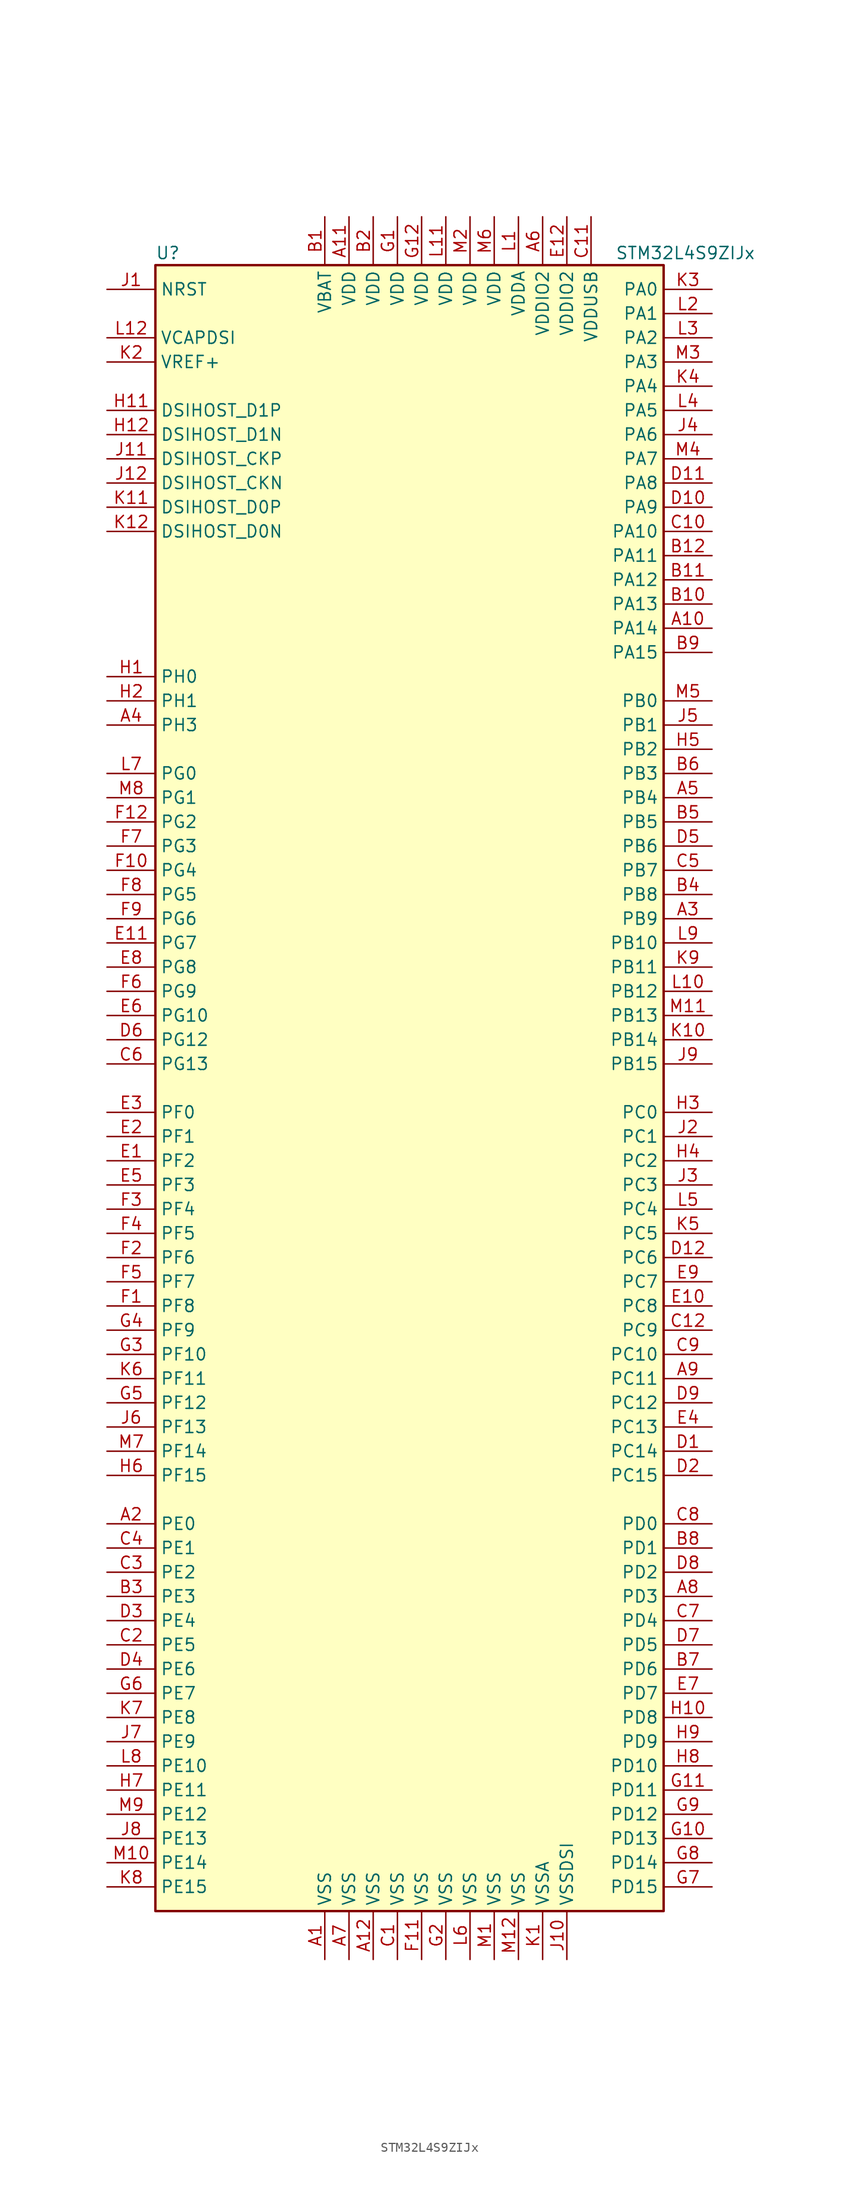
<source format=kicad_sym>
(kicad_symbol_lib
  (version 20220914)
  (generator kicad_symbol_editor)
  (symbol "STM32L4S9ZIJx"
    (property "Reference" "U"
      (at -27.94 87.63 0)
      (effects (font (size 1.27 1.27)) (justify left)))
    (property "Value" "STM32L4S9ZIJx"
      (at 20.32 87.63 0)
      (effects (font (size 1.27 1.27)) (justify left)))
    (symbol "STM32L4S9ZIJx_0_1"
      (rectangle (start -27.94 -86.36) (end 25.4 86.36) (stroke (width 0.254) (type default)) (fill (type background))))
    (symbol "STM32L4S9ZIJx_1_1"
      (pin power_in line (at -10.16 -91.44 90) (length 5.08) (name "VSS" (effects (font (size 1.27 1.27)))) (number "A1" (effects (font (size 1.27 1.27)))))
      (pin bidirectional line (at 30.48 48.26 180) (length 5.08) (name "PA14" (effects (font (size 1.27 1.27)))) (number "A10" (effects (font (size 1.27 1.27)))))
      (pin power_in line (at -7.62 91.44 270) (length 5.08) (name "VDD" (effects (font (size 1.27 1.27)))) (number "A11" (effects (font (size 1.27 1.27)))))
      (pin power_in line (at -5.08 -91.44 90) (length 5.08) (name "VSS" (effects (font (size 1.27 1.27)))) (number "A12" (effects (font (size 1.27 1.27)))))
      (pin bidirectional line (at -33.02 -45.72 0) (length 5.08) (name "PE0" (effects (font (size 1.27 1.27)))) (number "A2" (effects (font (size 1.27 1.27)))))
      (pin bidirectional line (at 30.48 17.78 180) (length 5.08) (name "PB9" (effects (font (size 1.27 1.27)))) (number "A3" (effects (font (size 1.27 1.27)))))
      (pin bidirectional line (at -33.02 38.1 0) (length 5.08) (name "PH3" (effects (font (size 1.27 1.27)))) (number "A4" (effects (font (size 1.27 1.27)))))
      (pin bidirectional line (at 30.48 30.48 180) (length 5.08) (name "PB4" (effects (font (size 1.27 1.27)))) (number "A5" (effects (font (size 1.27 1.27)))))
      (pin power_in line (at 12.7 91.44 270) (length 5.08) (name "VDDIO2" (effects (font (size 1.27 1.27)))) (number "A6" (effects (font (size 1.27 1.27)))))
      (pin power_in line (at -7.62 -91.44 90) (length 5.08) (name "VSS" (effects (font (size 1.27 1.27)))) (number "A7" (effects (font (size 1.27 1.27)))))
      (pin bidirectional line (at 30.48 -53.34 180) (length 5.08) (name "PD3" (effects (font (size 1.27 1.27)))) (number "A8" (effects (font (size 1.27 1.27)))))
      (pin bidirectional line (at 30.48 -30.48 180) (length 5.08) (name "PC11" (effects (font (size 1.27 1.27)))) (number "A9" (effects (font (size 1.27 1.27)))))
      (pin power_in line (at -10.16 91.44 270) (length 5.08) (name "VBAT" (effects (font (size 1.27 1.27)))) (number "B1" (effects (font (size 1.27 1.27)))))
      (pin bidirectional line (at 30.48 50.8 180) (length 5.08) (name "PA13" (effects (font (size 1.27 1.27)))) (number "B10" (effects (font (size 1.27 1.27)))))
      (pin bidirectional line (at 30.48 53.34 180) (length 5.08) (name "PA12" (effects (font (size 1.27 1.27)))) (number "B11" (effects (font (size 1.27 1.27)))))
      (pin bidirectional line (at 30.48 55.88 180) (length 5.08) (name "PA11" (effects (font (size 1.27 1.27)))) (number "B12" (effects (font (size 1.27 1.27)))))
      (pin power_in line (at -5.08 91.44 270) (length 5.08) (name "VDD" (effects (font (size 1.27 1.27)))) (number "B2" (effects (font (size 1.27 1.27)))))
      (pin bidirectional line (at -33.02 -53.34 0) (length 5.08) (name "PE3" (effects (font (size 1.27 1.27)))) (number "B3" (effects (font (size 1.27 1.27)))))
      (pin bidirectional line (at 30.48 20.32 180) (length 5.08) (name "PB8" (effects (font (size 1.27 1.27)))) (number "B4" (effects (font (size 1.27 1.27)))))
      (pin bidirectional line (at 30.48 27.94 180) (length 5.08) (name "PB5" (effects (font (size 1.27 1.27)))) (number "B5" (effects (font (size 1.27 1.27)))))
      (pin bidirectional line (at 30.48 33.02 180) (length 5.08) (name "PB3" (effects (font (size 1.27 1.27)))) (number "B6" (effects (font (size 1.27 1.27)))))
      (pin bidirectional line (at 30.48 -60.96 180) (length 5.08) (name "PD6" (effects (font (size 1.27 1.27)))) (number "B7" (effects (font (size 1.27 1.27)))))
      (pin bidirectional line (at 30.48 -48.26 180) (length 5.08) (name "PD1" (effects (font (size 1.27 1.27)))) (number "B8" (effects (font (size 1.27 1.27)))))
      (pin bidirectional line (at 30.48 45.72 180) (length 5.08) (name "PA15" (effects (font (size 1.27 1.27)))) (number "B9" (effects (font (size 1.27 1.27)))))
      (pin power_in line (at -2.54 -91.44 90) (length 5.08) (name "VSS" (effects (font (size 1.27 1.27)))) (number "C1" (effects (font (size 1.27 1.27)))))
      (pin bidirectional line (at 30.48 58.42 180) (length 5.08) (name "PA10" (effects (font (size 1.27 1.27)))) (number "C10" (effects (font (size 1.27 1.27)))))
      (pin power_in line (at 17.78 91.44 270) (length 5.08) (name "VDDUSB" (effects (font (size 1.27 1.27)))) (number "C11" (effects (font (size 1.27 1.27)))))
      (pin bidirectional line (at 30.48 -25.4 180) (length 5.08) (name "PC9" (effects (font (size 1.27 1.27)))) (number "C12" (effects (font (size 1.27 1.27)))))
      (pin bidirectional line (at -33.02 -58.42 0) (length 5.08) (name "PE5" (effects (font (size 1.27 1.27)))) (number "C2" (effects (font (size 1.27 1.27)))))
      (pin bidirectional line (at -33.02 -50.8 0) (length 5.08) (name "PE2" (effects (font (size 1.27 1.27)))) (number "C3" (effects (font (size 1.27 1.27)))))
      (pin bidirectional line (at -33.02 -48.26 0) (length 5.08) (name "PE1" (effects (font (size 1.27 1.27)))) (number "C4" (effects (font (size 1.27 1.27)))))
      (pin bidirectional line (at 30.48 22.86 180) (length 5.08) (name "PB7" (effects (font (size 1.27 1.27)))) (number "C5" (effects (font (size 1.27 1.27)))))
      (pin bidirectional line (at -33.02 2.54 0) (length 5.08) (name "PG13" (effects (font (size 1.27 1.27)))) (number "C6" (effects (font (size 1.27 1.27)))))
      (pin bidirectional line (at 30.48 -55.88 180) (length 5.08) (name "PD4" (effects (font (size 1.27 1.27)))) (number "C7" (effects (font (size 1.27 1.27)))))
      (pin bidirectional line (at 30.48 -45.72 180) (length 5.08) (name "PD0" (effects (font (size 1.27 1.27)))) (number "C8" (effects (font (size 1.27 1.27)))))
      (pin bidirectional line (at 30.48 -27.94 180) (length 5.08) (name "PC10" (effects (font (size 1.27 1.27)))) (number "C9" (effects (font (size 1.27 1.27)))))
      (pin bidirectional line (at 30.48 -38.1 180) (length 5.08) (name "PC14" (effects (font (size 1.27 1.27)))) (number "D1" (effects (font (size 1.27 1.27)))))
      (pin bidirectional line (at 30.48 60.96 180) (length 5.08) (name "PA9" (effects (font (size 1.27 1.27)))) (number "D10" (effects (font (size 1.27 1.27)))))
      (pin bidirectional line (at 30.48 63.5 180) (length 5.08) (name "PA8" (effects (font (size 1.27 1.27)))) (number "D11" (effects (font (size 1.27 1.27)))))
      (pin bidirectional line (at 30.48 -17.78 180) (length 5.08) (name "PC6" (effects (font (size 1.27 1.27)))) (number "D12" (effects (font (size 1.27 1.27)))))
      (pin bidirectional line (at 30.48 -40.64 180) (length 5.08) (name "PC15" (effects (font (size 1.27 1.27)))) (number "D2" (effects (font (size 1.27 1.27)))))
      (pin bidirectional line (at -33.02 -55.88 0) (length 5.08) (name "PE4" (effects (font (size 1.27 1.27)))) (number "D3" (effects (font (size 1.27 1.27)))))
      (pin bidirectional line (at -33.02 -60.96 0) (length 5.08) (name "PE6" (effects (font (size 1.27 1.27)))) (number "D4" (effects (font (size 1.27 1.27)))))
      (pin bidirectional line (at 30.48 25.4 180) (length 5.08) (name "PB6" (effects (font (size 1.27 1.27)))) (number "D5" (effects (font (size 1.27 1.27)))))
      (pin bidirectional line (at -33.02 5.08 0) (length 5.08) (name "PG12" (effects (font (size 1.27 1.27)))) (number "D6" (effects (font (size 1.27 1.27)))))
      (pin bidirectional line (at 30.48 -58.42 180) (length 5.08) (name "PD5" (effects (font (size 1.27 1.27)))) (number "D7" (effects (font (size 1.27 1.27)))))
      (pin bidirectional line (at 30.48 -50.8 180) (length 5.08) (name "PD2" (effects (font (size 1.27 1.27)))) (number "D8" (effects (font (size 1.27 1.27)))))
      (pin bidirectional line (at 30.48 -33.02 180) (length 5.08) (name "PC12" (effects (font (size 1.27 1.27)))) (number "D9" (effects (font (size 1.27 1.27)))))
      (pin bidirectional line (at -33.02 -7.62 0) (length 5.08) (name "PF2" (effects (font (size 1.27 1.27)))) (number "E1" (effects (font (size 1.27 1.27)))))
      (pin bidirectional line (at 30.48 -22.86 180) (length 5.08) (name "PC8" (effects (font (size 1.27 1.27)))) (number "E10" (effects (font (size 1.27 1.27)))))
      (pin bidirectional line (at -33.02 15.24 0) (length 5.08) (name "PG7" (effects (font (size 1.27 1.27)))) (number "E11" (effects (font (size 1.27 1.27)))))
      (pin power_in line (at 15.24 91.44 270) (length 5.08) (name "VDDIO2" (effects (font (size 1.27 1.27)))) (number "E12" (effects (font (size 1.27 1.27)))))
      (pin bidirectional line (at -33.02 -5.08 0) (length 5.08) (name "PF1" (effects (font (size 1.27 1.27)))) (number "E2" (effects (font (size 1.27 1.27)))))
      (pin bidirectional line (at -33.02 -2.54 0) (length 5.08) (name "PF0" (effects (font (size 1.27 1.27)))) (number "E3" (effects (font (size 1.27 1.27)))))
      (pin bidirectional line (at 30.48 -35.56 180) (length 5.08) (name "PC13" (effects (font (size 1.27 1.27)))) (number "E4" (effects (font (size 1.27 1.27)))))
      (pin bidirectional line (at -33.02 -10.16 0) (length 5.08) (name "PF3" (effects (font (size 1.27 1.27)))) (number "E5" (effects (font (size 1.27 1.27)))))
      (pin bidirectional line (at -33.02 7.62 0) (length 5.08) (name "PG10" (effects (font (size 1.27 1.27)))) (number "E6" (effects (font (size 1.27 1.27)))))
      (pin bidirectional line (at 30.48 -63.5 180) (length 5.08) (name "PD7" (effects (font (size 1.27 1.27)))) (number "E7" (effects (font (size 1.27 1.27)))))
      (pin bidirectional line (at -33.02 12.7 0) (length 5.08) (name "PG8" (effects (font (size 1.27 1.27)))) (number "E8" (effects (font (size 1.27 1.27)))))
      (pin bidirectional line (at 30.48 -20.32 180) (length 5.08) (name "PC7" (effects (font (size 1.27 1.27)))) (number "E9" (effects (font (size 1.27 1.27)))))
      (pin bidirectional line (at -33.02 -22.86 0) (length 5.08) (name "PF8" (effects (font (size 1.27 1.27)))) (number "F1" (effects (font (size 1.27 1.27)))))
      (pin bidirectional line (at -33.02 22.86 0) (length 5.08) (name "PG4" (effects (font (size 1.27 1.27)))) (number "F10" (effects (font (size 1.27 1.27)))))
      (pin power_in line (at 0 -91.44 90) (length 5.08) (name "VSS" (effects (font (size 1.27 1.27)))) (number "F11" (effects (font (size 1.27 1.27)))))
      (pin bidirectional line (at -33.02 27.94 0) (length 5.08) (name "PG2" (effects (font (size 1.27 1.27)))) (number "F12" (effects (font (size 1.27 1.27)))))
      (pin bidirectional line (at -33.02 -17.78 0) (length 5.08) (name "PF6" (effects (font (size 1.27 1.27)))) (number "F2" (effects (font (size 1.27 1.27)))))
      (pin bidirectional line (at -33.02 -12.7 0) (length 5.08) (name "PF4" (effects (font (size 1.27 1.27)))) (number "F3" (effects (font (size 1.27 1.27)))))
      (pin bidirectional line (at -33.02 -15.24 0) (length 5.08) (name "PF5" (effects (font (size 1.27 1.27)))) (number "F4" (effects (font (size 1.27 1.27)))))
      (pin bidirectional line (at -33.02 -20.32 0) (length 5.08) (name "PF7" (effects (font (size 1.27 1.27)))) (number "F5" (effects (font (size 1.27 1.27)))))
      (pin bidirectional line (at -33.02 10.16 0) (length 5.08) (name "PG9" (effects (font (size 1.27 1.27)))) (number "F6" (effects (font (size 1.27 1.27)))))
      (pin bidirectional line (at -33.02 25.4 0) (length 5.08) (name "PG3" (effects (font (size 1.27 1.27)))) (number "F7" (effects (font (size 1.27 1.27)))))
      (pin bidirectional line (at -33.02 20.32 0) (length 5.08) (name "PG5" (effects (font (size 1.27 1.27)))) (number "F8" (effects (font (size 1.27 1.27)))))
      (pin bidirectional line (at -33.02 17.78 0) (length 5.08) (name "PG6" (effects (font (size 1.27 1.27)))) (number "F9" (effects (font (size 1.27 1.27)))))
      (pin power_in line (at -2.54 91.44 270) (length 5.08) (name "VDD" (effects (font (size 1.27 1.27)))) (number "G1" (effects (font (size 1.27 1.27)))))
      (pin bidirectional line (at 30.48 -78.74 180) (length 5.08) (name "PD13" (effects (font (size 1.27 1.27)))) (number "G10" (effects (font (size 1.27 1.27)))))
      (pin bidirectional line (at 30.48 -73.66 180) (length 5.08) (name "PD11" (effects (font (size 1.27 1.27)))) (number "G11" (effects (font (size 1.27 1.27)))))
      (pin power_in line (at 0 91.44 270) (length 5.08) (name "VDD" (effects (font (size 1.27 1.27)))) (number "G12" (effects (font (size 1.27 1.27)))))
      (pin power_in line (at 2.54 -91.44 90) (length 5.08) (name "VSS" (effects (font (size 1.27 1.27)))) (number "G2" (effects (font (size 1.27 1.27)))))
      (pin bidirectional line (at -33.02 -27.94 0) (length 5.08) (name "PF10" (effects (font (size 1.27 1.27)))) (number "G3" (effects (font (size 1.27 1.27)))))
      (pin bidirectional line (at -33.02 -25.4 0) (length 5.08) (name "PF9" (effects (font (size 1.27 1.27)))) (number "G4" (effects (font (size 1.27 1.27)))))
      (pin bidirectional line (at -33.02 -33.02 0) (length 5.08) (name "PF12" (effects (font (size 1.27 1.27)))) (number "G5" (effects (font (size 1.27 1.27)))))
      (pin bidirectional line (at -33.02 -63.5 0) (length 5.08) (name "PE7" (effects (font (size 1.27 1.27)))) (number "G6" (effects (font (size 1.27 1.27)))))
      (pin bidirectional line (at 30.48 -83.82 180) (length 5.08) (name "PD15" (effects (font (size 1.27 1.27)))) (number "G7" (effects (font (size 1.27 1.27)))))
      (pin bidirectional line (at 30.48 -81.28 180) (length 5.08) (name "PD14" (effects (font (size 1.27 1.27)))) (number "G8" (effects (font (size 1.27 1.27)))))
      (pin bidirectional line (at 30.48 -76.2 180) (length 5.08) (name "PD12" (effects (font (size 1.27 1.27)))) (number "G9" (effects (font (size 1.27 1.27)))))
      (pin input line (at -33.02 43.18 0) (length 5.08) (name "PH0" (effects (font (size 1.27 1.27)))) (number "H1" (effects (font (size 1.27 1.27)))))
      (pin bidirectional line (at 30.48 -66.04 180) (length 5.08) (name "PD8" (effects (font (size 1.27 1.27)))) (number "H10" (effects (font (size 1.27 1.27)))))
      (pin bidirectional line (at -33.02 71.12 0) (length 5.08) (name "DSIHOST_D1P" (effects (font (size 1.27 1.27)))) (number "H11" (effects (font (size 1.27 1.27)))))
      (pin bidirectional line (at -33.02 68.58 0) (length 5.08) (name "DSIHOST_D1N" (effects (font (size 1.27 1.27)))) (number "H12" (effects (font (size 1.27 1.27)))))
      (pin input line (at -33.02 40.64 0) (length 5.08) (name "PH1" (effects (font (size 1.27 1.27)))) (number "H2" (effects (font (size 1.27 1.27)))))
      (pin bidirectional line (at 30.48 -2.54 180) (length 5.08) (name "PC0" (effects (font (size 1.27 1.27)))) (number "H3" (effects (font (size 1.27 1.27)))))
      (pin bidirectional line (at 30.48 -7.62 180) (length 5.08) (name "PC2" (effects (font (size 1.27 1.27)))) (number "H4" (effects (font (size 1.27 1.27)))))
      (pin bidirectional line (at 30.48 35.56 180) (length 5.08) (name "PB2" (effects (font (size 1.27 1.27)))) (number "H5" (effects (font (size 1.27 1.27)))))
      (pin bidirectional line (at -33.02 -40.64 0) (length 5.08) (name "PF15" (effects (font (size 1.27 1.27)))) (number "H6" (effects (font (size 1.27 1.27)))))
      (pin bidirectional line (at -33.02 -73.66 0) (length 5.08) (name "PE11" (effects (font (size 1.27 1.27)))) (number "H7" (effects (font (size 1.27 1.27)))))
      (pin bidirectional line (at 30.48 -71.12 180) (length 5.08) (name "PD10" (effects (font (size 1.27 1.27)))) (number "H8" (effects (font (size 1.27 1.27)))))
      (pin bidirectional line (at 30.48 -68.58 180) (length 5.08) (name "PD9" (effects (font (size 1.27 1.27)))) (number "H9" (effects (font (size 1.27 1.27)))))
      (pin input line (at -33.02 83.82 0) (length 5.08) (name "NRST" (effects (font (size 1.27 1.27)))) (number "J1" (effects (font (size 1.27 1.27)))))
      (pin power_in line (at 15.24 -91.44 90) (length 5.08) (name "VSSDSI" (effects (font (size 1.27 1.27)))) (number "J10" (effects (font (size 1.27 1.27)))))
      (pin bidirectional line (at -33.02 66.04 0) (length 5.08) (name "DSIHOST_CKP" (effects (font (size 1.27 1.27)))) (number "J11" (effects (font (size 1.27 1.27)))))
      (pin bidirectional line (at -33.02 63.5 0) (length 5.08) (name "DSIHOST_CKN" (effects (font (size 1.27 1.27)))) (number "J12" (effects (font (size 1.27 1.27)))))
      (pin bidirectional line (at 30.48 -5.08 180) (length 5.08) (name "PC1" (effects (font (size 1.27 1.27)))) (number "J2" (effects (font (size 1.27 1.27)))))
      (pin bidirectional line (at 30.48 -10.16 180) (length 5.08) (name "PC3" (effects (font (size 1.27 1.27)))) (number "J3" (effects (font (size 1.27 1.27)))))
      (pin bidirectional line (at 30.48 68.58 180) (length 5.08) (name "PA6" (effects (font (size 1.27 1.27)))) (number "J4" (effects (font (size 1.27 1.27)))))
      (pin bidirectional line (at 30.48 38.1 180) (length 5.08) (name "PB1" (effects (font (size 1.27 1.27)))) (number "J5" (effects (font (size 1.27 1.27)))))
      (pin bidirectional line (at -33.02 -35.56 0) (length 5.08) (name "PF13" (effects (font (size 1.27 1.27)))) (number "J6" (effects (font (size 1.27 1.27)))))
      (pin bidirectional line (at -33.02 -68.58 0) (length 5.08) (name "PE9" (effects (font (size 1.27 1.27)))) (number "J7" (effects (font (size 1.27 1.27)))))
      (pin bidirectional line (at -33.02 -78.74 0) (length 5.08) (name "PE13" (effects (font (size 1.27 1.27)))) (number "J8" (effects (font (size 1.27 1.27)))))
      (pin bidirectional line (at 30.48 2.54 180) (length 5.08) (name "PB15" (effects (font (size 1.27 1.27)))) (number "J9" (effects (font (size 1.27 1.27)))))
      (pin power_in line (at 12.7 -91.44 90) (length 5.08) (name "VSSA" (effects (font (size 1.27 1.27)))) (number "K1" (effects (font (size 1.27 1.27)))))
      (pin bidirectional line (at 30.48 5.08 180) (length 5.08) (name "PB14" (effects (font (size 1.27 1.27)))) (number "K10" (effects (font (size 1.27 1.27)))))
      (pin bidirectional line (at -33.02 60.96 0) (length 5.08) (name "DSIHOST_D0P" (effects (font (size 1.27 1.27)))) (number "K11" (effects (font (size 1.27 1.27)))))
      (pin bidirectional line (at -33.02 58.42 0) (length 5.08) (name "DSIHOST_D0N" (effects (font (size 1.27 1.27)))) (number "K12" (effects (font (size 1.27 1.27)))))
      (pin bidirectional line (at -33.02 76.2 0) (length 5.08) (name "VREF+" (effects (font (size 1.27 1.27)))) (number "K2" (effects (font (size 1.27 1.27)))))
      (pin bidirectional line (at 30.48 83.82 180) (length 5.08) (name "PA0" (effects (font (size 1.27 1.27)))) (number "K3" (effects (font (size 1.27 1.27)))))
      (pin bidirectional line (at 30.48 73.66 180) (length 5.08) (name "PA4" (effects (font (size 1.27 1.27)))) (number "K4" (effects (font (size 1.27 1.27)))))
      (pin bidirectional line (at 30.48 -15.24 180) (length 5.08) (name "PC5" (effects (font (size 1.27 1.27)))) (number "K5" (effects (font (size 1.27 1.27)))))
      (pin bidirectional line (at -33.02 -30.48 0) (length 5.08) (name "PF11" (effects (font (size 1.27 1.27)))) (number "K6" (effects (font (size 1.27 1.27)))))
      (pin bidirectional line (at -33.02 -66.04 0) (length 5.08) (name "PE8" (effects (font (size 1.27 1.27)))) (number "K7" (effects (font (size 1.27 1.27)))))
      (pin bidirectional line (at -33.02 -83.82 0) (length 5.08) (name "PE15" (effects (font (size 1.27 1.27)))) (number "K8" (effects (font (size 1.27 1.27)))))
      (pin bidirectional line (at 30.48 12.7 180) (length 5.08) (name "PB11" (effects (font (size 1.27 1.27)))) (number "K9" (effects (font (size 1.27 1.27)))))
      (pin power_in line (at 10.16 91.44 270) (length 5.08) (name "VDDA" (effects (font (size 1.27 1.27)))) (number "L1" (effects (font (size 1.27 1.27)))))
      (pin bidirectional line (at 30.48 10.16 180) (length 5.08) (name "PB12" (effects (font (size 1.27 1.27)))) (number "L10" (effects (font (size 1.27 1.27)))))
      (pin power_in line (at 2.54 91.44 270) (length 5.08) (name "VDD" (effects (font (size 1.27 1.27)))) (number "L11" (effects (font (size 1.27 1.27)))))
      (pin power_in line (at -33.02 78.74 0) (length 5.08) (name "VCAPDSI" (effects (font (size 1.27 1.27)))) (number "L12" (effects (font (size 1.27 1.27)))))
      (pin bidirectional line (at 30.48 81.28 180) (length 5.08) (name "PA1" (effects (font (size 1.27 1.27)))) (number "L2" (effects (font (size 1.27 1.27)))))
      (pin bidirectional line (at 30.48 78.74 180) (length 5.08) (name "PA2" (effects (font (size 1.27 1.27)))) (number "L3" (effects (font (size 1.27 1.27)))))
      (pin bidirectional line (at 30.48 71.12 180) (length 5.08) (name "PA5" (effects (font (size 1.27 1.27)))) (number "L4" (effects (font (size 1.27 1.27)))))
      (pin bidirectional line (at 30.48 -12.7 180) (length 5.08) (name "PC4" (effects (font (size 1.27 1.27)))) (number "L5" (effects (font (size 1.27 1.27)))))
      (pin power_in line (at 5.08 -91.44 90) (length 5.08) (name "VSS" (effects (font (size 1.27 1.27)))) (number "L6" (effects (font (size 1.27 1.27)))))
      (pin bidirectional line (at -33.02 33.02 0) (length 5.08) (name "PG0" (effects (font (size 1.27 1.27)))) (number "L7" (effects (font (size 1.27 1.27)))))
      (pin bidirectional line (at -33.02 -71.12 0) (length 5.08) (name "PE10" (effects (font (size 1.27 1.27)))) (number "L8" (effects (font (size 1.27 1.27)))))
      (pin bidirectional line (at 30.48 15.24 180) (length 5.08) (name "PB10" (effects (font (size 1.27 1.27)))) (number "L9" (effects (font (size 1.27 1.27)))))
      (pin power_in line (at 7.62 -91.44 90) (length 5.08) (name "VSS" (effects (font (size 1.27 1.27)))) (number "M1" (effects (font (size 1.27 1.27)))))
      (pin bidirectional line (at -33.02 -81.28 0) (length 5.08) (name "PE14" (effects (font (size 1.27 1.27)))) (number "M10" (effects (font (size 1.27 1.27)))))
      (pin bidirectional line (at 30.48 7.62 180) (length 5.08) (name "PB13" (effects (font (size 1.27 1.27)))) (number "M11" (effects (font (size 1.27 1.27)))))
      (pin power_in line (at 10.16 -91.44 90) (length 5.08) (name "VSS" (effects (font (size 1.27 1.27)))) (number "M12" (effects (font (size 1.27 1.27)))))
      (pin power_in line (at 5.08 91.44 270) (length 5.08) (name "VDD" (effects (font (size 1.27 1.27)))) (number "M2" (effects (font (size 1.27 1.27)))))
      (pin bidirectional line (at 30.48 76.2 180) (length 5.08) (name "PA3" (effects (font (size 1.27 1.27)))) (number "M3" (effects (font (size 1.27 1.27)))))
      (pin bidirectional line (at 30.48 66.04 180) (length 5.08) (name "PA7" (effects (font (size 1.27 1.27)))) (number "M4" (effects (font (size 1.27 1.27)))))
      (pin bidirectional line (at 30.48 40.64 180) (length 5.08) (name "PB0" (effects (font (size 1.27 1.27)))) (number "M5" (effects (font (size 1.27 1.27)))))
      (pin power_in line (at 7.62 91.44 270) (length 5.08) (name "VDD" (effects (font (size 1.27 1.27)))) (number "M6" (effects (font (size 1.27 1.27)))))
      (pin bidirectional line (at -33.02 -38.1 0) (length 5.08) (name "PF14" (effects (font (size 1.27 1.27)))) (number "M7" (effects (font (size 1.27 1.27)))))
      (pin bidirectional line (at -33.02 30.48 0) (length 5.08) (name "PG1" (effects (font (size 1.27 1.27)))) (number "M8" (effects (font (size 1.27 1.27)))))
      (pin bidirectional line (at -33.02 -76.2 0) (length 5.08) (name "PE12" (effects (font (size 1.27 1.27)))) (number "M9" (effects (font (size 1.27 1.27))))))))
</source>
